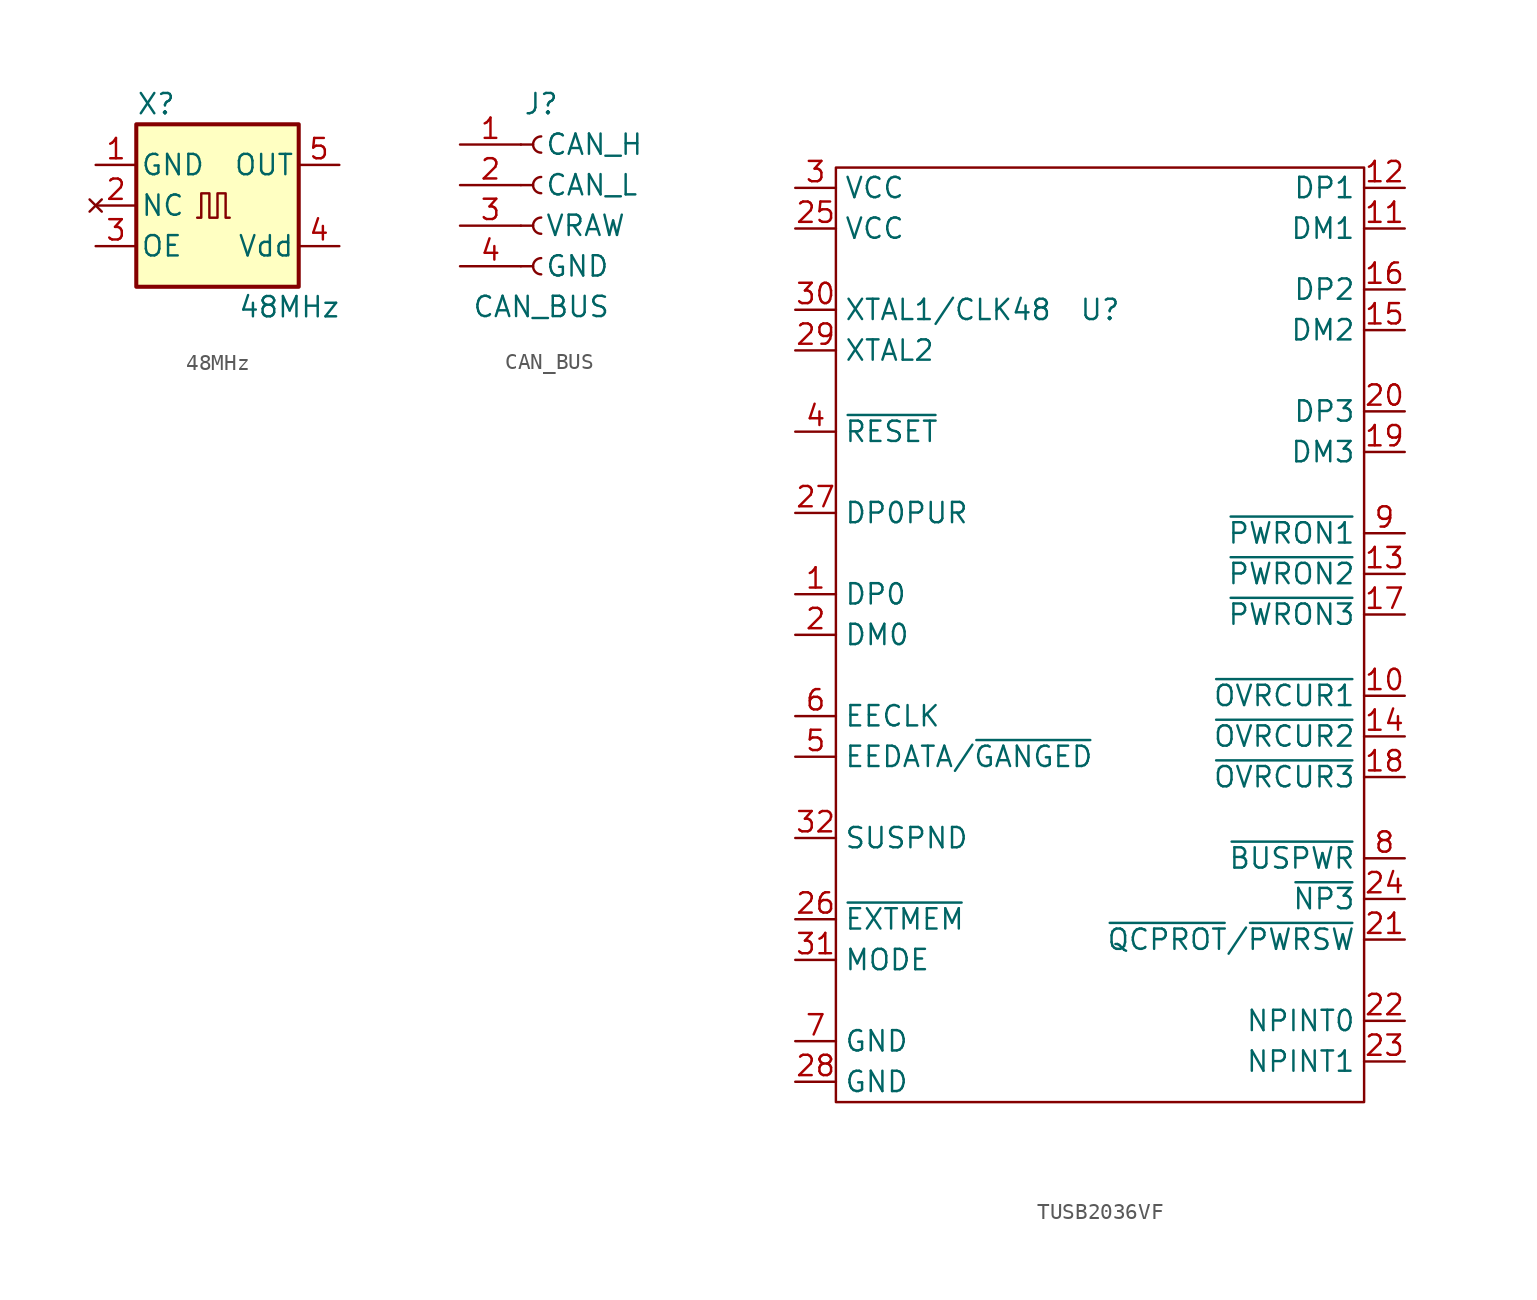
<source format=kicad_sym>
(kicad_symbol_lib
  (version 20220914)
  (generator kicad_symbol_editor)
  (symbol "48MHz"
    (pin_names
      (offset 0.254))
    (property "Reference" "X"
      (at -5.08 6.35 0)
      (effects (font (size 1.27 1.27)) (justify left)))
    (property "Value" "48MHz"
      (at 1.27 -6.35 0)
      (effects (font (size 1.27 1.27)) (justify left)))
    (symbol "48MHz_0_1"
      (rectangle (start -5.08 5.08) (end 5.08 -5.08) (stroke (width 0.254) (type default)) (fill (type background)))
      (polyline (pts (xy -1.27 -0.762) (xy -1.016 -0.762) (xy -1.016 0.762) (xy -0.508 0.762) (xy -0.508 -0.762) (xy 0 -0.762) (xy 0 0.762) (xy 0.508 0.762) (xy 0.508 -0.762) (xy 0.762 -0.762)) (stroke (width 0) (type default)) (fill (type none))))
    (symbol "48MHz_1_1"
      (pin power_in line (at -7.62 2.54 0) (length 2.54) (name "GND" (effects (font (size 1.27 1.27)))) (number "1" (effects (font (size 1.27 1.27)))))
      (pin no_connect line (at -7.62 0 0) (length 2.54) (name "NC" (effects (font (size 1.27 1.27)))) (number "2" (effects (font (size 1.27 1.27)))))
      (pin input line (at -7.62 -2.54 0) (length 2.54) (name "OE" (effects (font (size 1.27 1.27)))) (number "3" (effects (font (size 1.27 1.27)))))
      (pin power_in line (at 7.62 -2.54 180) (length 2.54) (name "Vdd" (effects (font (size 1.27 1.27)))) (number "4" (effects (font (size 1.27 1.27)))))
      (pin output line (at 7.62 2.54 180) (length 2.54) (name "OUT" (effects (font (size 1.27 1.27)))) (number "5" (effects (font (size 1.27 1.27)))))))
  (symbol "CAN_BUS"
    (pin_names
      (offset 1.5))
    (property "Reference" "J"
      (at 0 5.08 0)
      (effects (font (size 1.27 1.27))))
    (property "Value" "CAN_BUS"
      (at 0 -7.62 0)
      (effects (font (size 1.27 1.27))))
    (symbol "CAN_BUS_1_1"
      (arc (start 0 -4.572) (mid -0.5058 -5.08) (end 0 -5.588) (stroke (width 0.1524) (type default)) (fill (type none)))
      (arc (start 0 -2.032) (mid -0.5058 -2.54) (end 0 -3.048) (stroke (width 0.1524) (type default)) (fill (type none)))
      (polyline (pts (xy -1.27 -5.08) (xy -0.508 -5.08)) (stroke (width 0.152) (type default)) (fill (type none)))
      (polyline (pts (xy -1.27 -2.54) (xy -0.508 -2.54)) (stroke (width 0.152) (type default)) (fill (type none)))
      (polyline (pts (xy -1.27 0) (xy -0.508 0)) (stroke (width 0.152) (type default)) (fill (type none)))
      (polyline (pts (xy -1.27 2.54) (xy -0.508 2.54)) (stroke (width 0.152) (type default)) (fill (type none)))
      (arc (start 0 0.508) (mid -0.5058 0) (end 0 -0.508) (stroke (width 0.1524) (type default)) (fill (type none)))
      (arc (start 0 3.048) (mid -0.5058 2.54) (end 0 2.032) (stroke (width 0.1524) (type default)) (fill (type none)))
      (pin passive line (at -5.08 2.54 0) (length 3.81) (name "CAN_H" (effects (font (size 1.27 1.27)))) (number "1" (effects (font (size 1.27 1.27)))))
      (pin passive line (at -5.08 0 0) (length 3.81) (name "CAN_L" (effects (font (size 1.27 1.27)))) (number "2" (effects (font (size 1.27 1.27)))))
      (pin passive line (at -5.08 -2.54 0) (length 3.81) (name "VRAW" (effects (font (size 1.27 1.27)))) (number "3" (effects (font (size 1.27 1.27)))))
      (pin passive line (at -5.08 -5.08 0) (length 3.81) (name "GND" (effects (font (size 1.27 1.27)))) (number "4" (effects (font (size 1.27 1.27)))))))
  (symbol "TUSB2036VF"
    (property "Reference" "U"
      (at 0 0 0)
      (effects (font (size 1.27 1.27))))
    (property "Value" ""
      (at 0 0 0)
      (effects (font (size 1.27 1.27))))
    (symbol "TUSB2036VF_0_1"
      (rectangle (start -16.51 8.89) (end 16.51 -49.53) (stroke (width 0) (type default)) (fill (type none))))
    (symbol "TUSB2036VF_1_1"
      (pin power_in line (at -19.05 -17.78 0) (length 2.54) (name "DP0" (effects (font (size 1.27 1.27)))) (number "1" (effects (font (size 1.27 1.27)))))
      (pin output line (at 19.05 -24.13 180) (length 2.54) (name "~{OVRCUR1}" (effects (font (size 1.27 1.27)))) (number "10" (effects (font (size 1.27 1.27)))))
      (pin bidirectional line (at 19.05 5.08 180) (length 2.54) (name "DM1" (effects (font (size 1.27 1.27)))) (number "11" (effects (font (size 1.27 1.27)))))
      (pin bidirectional line (at 19.05 7.62 180) (length 2.54) (name "DP1" (effects (font (size 1.27 1.27)))) (number "12" (effects (font (size 1.27 1.27)))))
      (pin output line (at 19.05 -16.51 180) (length 2.54) (name "~{PWRON2}" (effects (font (size 1.27 1.27)))) (number "13" (effects (font (size 1.27 1.27)))))
      (pin output line (at 19.05 -26.67 180) (length 2.54) (name "~{OVRCUR2}" (effects (font (size 1.27 1.27)))) (number "14" (effects (font (size 1.27 1.27)))))
      (pin bidirectional line (at 19.05 -1.27 180) (length 2.54) (name "DM2" (effects (font (size 1.27 1.27)))) (number "15" (effects (font (size 1.27 1.27)))))
      (pin bidirectional line (at 19.05 1.27 180) (length 2.54) (name "DP2" (effects (font (size 1.27 1.27)))) (number "16" (effects (font (size 1.27 1.27)))))
      (pin output line (at 19.05 -19.05 180) (length 2.54) (name "~{PWRON3}" (effects (font (size 1.27 1.27)))) (number "17" (effects (font (size 1.27 1.27)))))
      (pin output line (at 19.05 -29.21 180) (length 2.54) (name "~{OVRCUR3}" (effects (font (size 1.27 1.27)))) (number "18" (effects (font (size 1.27 1.27)))))
      (pin bidirectional line (at 19.05 -8.89 180) (length 2.54) (name "DM3" (effects (font (size 1.27 1.27)))) (number "19" (effects (font (size 1.27 1.27)))))
      (pin power_in line (at -19.05 -20.32 0) (length 2.54) (name "DM0" (effects (font (size 1.27 1.27)))) (number "2" (effects (font (size 1.27 1.27)))))
      (pin bidirectional line (at 19.05 -6.35 180) (length 2.54) (name "DP3" (effects (font (size 1.27 1.27)))) (number "20" (effects (font (size 1.27 1.27)))))
      (pin input line (at 19.05 -39.37 180) (length 2.54) (name "~{QCPROT}/~{PWRSW}" (effects (font (size 1.27 1.27)))) (number "21" (effects (font (size 1.27 1.27)))))
      (pin input line (at 19.05 -44.45 180) (length 2.54) (name "NPINT0" (effects (font (size 1.27 1.27)))) (number "22" (effects (font (size 1.27 1.27)))))
      (pin input line (at 19.05 -46.99 180) (length 2.54) (name "NPINT1" (effects (font (size 1.27 1.27)))) (number "23" (effects (font (size 1.27 1.27)))))
      (pin input line (at 19.05 -36.83 180) (length 2.54) (name "~{NP3}" (effects (font (size 1.27 1.27)))) (number "24" (effects (font (size 1.27 1.27)))))
      (pin power_in line (at -19.05 5.08 0) (length 2.54) (name "VCC" (effects (font (size 1.27 1.27)))) (number "25" (effects (font (size 1.27 1.27)))))
      (pin input line (at -19.05 -38.1 0) (length 2.54) (name "~{EXTMEM}" (effects (font (size 1.27 1.27)))) (number "26" (effects (font (size 1.27 1.27)))))
      (pin input line (at -19.05 -12.7 0) (length 2.54) (name "DP0PUR" (effects (font (size 1.27 1.27)))) (number "27" (effects (font (size 1.27 1.27)))))
      (pin power_in line (at -19.05 -48.26 0) (length 2.54) (name "GND" (effects (font (size 1.27 1.27)))) (number "28" (effects (font (size 1.27 1.27)))))
      (pin output line (at -19.05 -2.54 0) (length 2.54) (name "XTAL2" (effects (font (size 1.27 1.27)))) (number "29" (effects (font (size 1.27 1.27)))))
      (pin power_in line (at -19.05 7.62 0) (length 2.54) (name "VCC" (effects (font (size 1.27 1.27)))) (number "3" (effects (font (size 1.27 1.27)))))
      (pin input line (at -19.05 0 0) (length 2.54) (name "XTAL1/CLK48" (effects (font (size 1.27 1.27)))) (number "30" (effects (font (size 1.27 1.27)))))
      (pin input line (at -19.05 -40.64 0) (length 2.54) (name "MODE" (effects (font (size 1.27 1.27)))) (number "31" (effects (font (size 1.27 1.27)))))
      (pin input line (at -19.05 -33.02 0) (length 2.54) (name "SUSPND" (effects (font (size 1.27 1.27)))) (number "32" (effects (font (size 1.27 1.27)))))
      (pin input line (at -19.05 -7.62 0) (length 2.54) (name "~{RESET}" (effects (font (size 1.27 1.27)))) (number "4" (effects (font (size 1.27 1.27)))))
      (pin bidirectional line (at -19.05 -27.94 0) (length 2.54) (name "EEDATA/~{GANGED}" (effects (font (size 1.27 1.27)))) (number "5" (effects (font (size 1.27 1.27)))))
      (pin output line (at -19.05 -25.4 0) (length 2.54) (name "EECLK" (effects (font (size 1.27 1.27)))) (number "6" (effects (font (size 1.27 1.27)))))
      (pin power_in line (at -19.05 -45.72 0) (length 2.54) (name "GND" (effects (font (size 1.27 1.27)))) (number "7" (effects (font (size 1.27 1.27)))))
      (pin input line (at 19.05 -34.29 180) (length 2.54) (name "~{BUSPWR}" (effects (font (size 1.27 1.27)))) (number "8" (effects (font (size 1.27 1.27)))))
      (pin output line (at 19.05 -13.97 180) (length 2.54) (name "~{PWRON1}" (effects (font (size 1.27 1.27)))) (number "9" (effects (font (size 1.27 1.27))))))))
</source>
